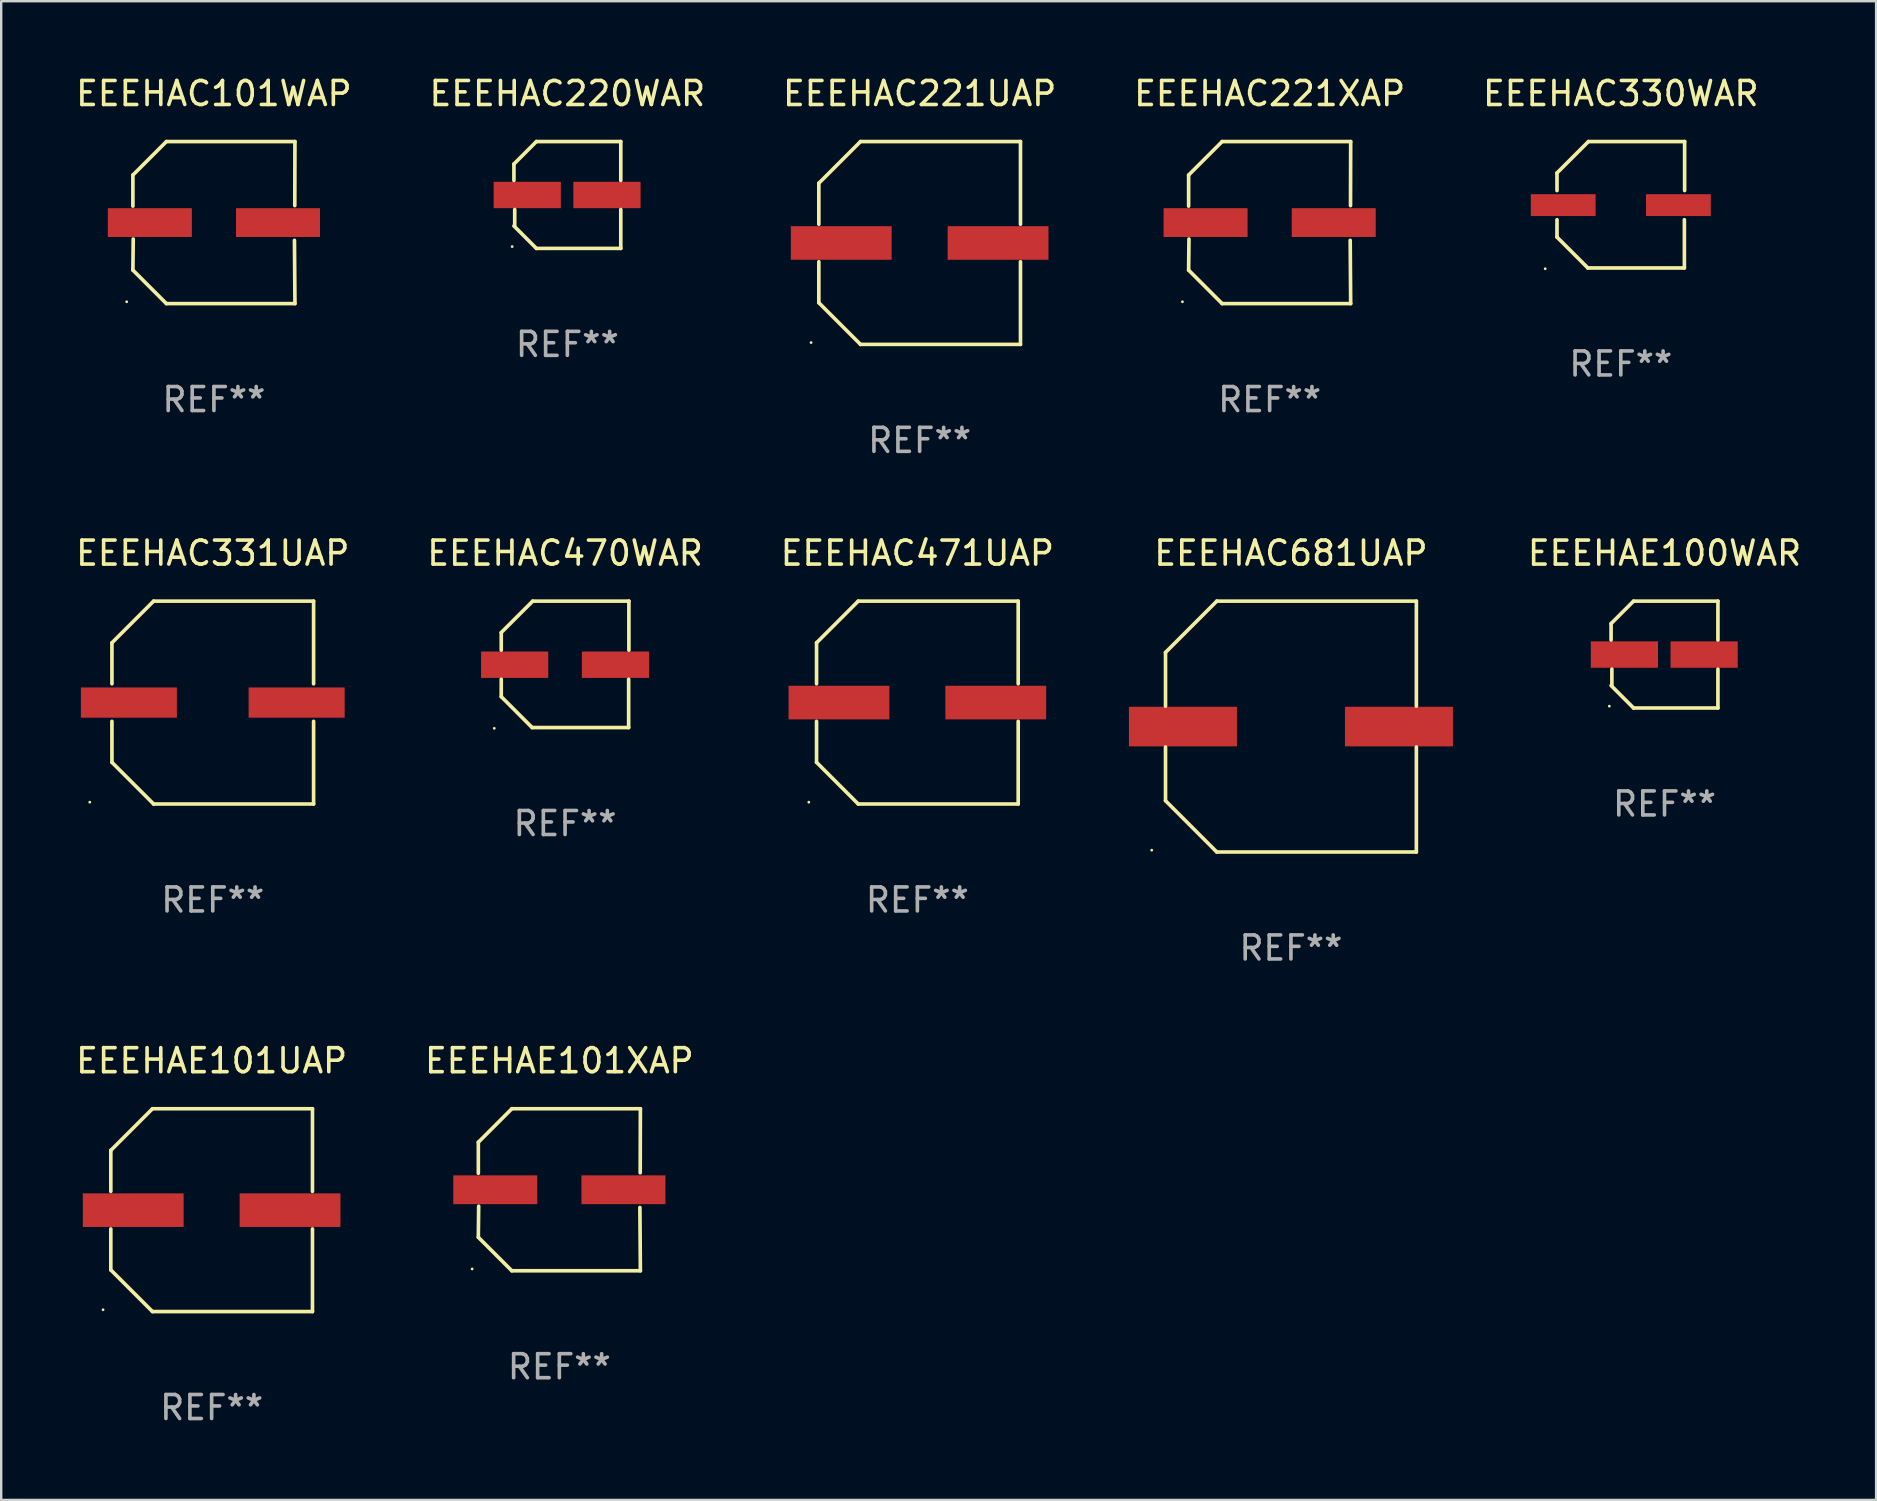
<source format=kicad_pcb>
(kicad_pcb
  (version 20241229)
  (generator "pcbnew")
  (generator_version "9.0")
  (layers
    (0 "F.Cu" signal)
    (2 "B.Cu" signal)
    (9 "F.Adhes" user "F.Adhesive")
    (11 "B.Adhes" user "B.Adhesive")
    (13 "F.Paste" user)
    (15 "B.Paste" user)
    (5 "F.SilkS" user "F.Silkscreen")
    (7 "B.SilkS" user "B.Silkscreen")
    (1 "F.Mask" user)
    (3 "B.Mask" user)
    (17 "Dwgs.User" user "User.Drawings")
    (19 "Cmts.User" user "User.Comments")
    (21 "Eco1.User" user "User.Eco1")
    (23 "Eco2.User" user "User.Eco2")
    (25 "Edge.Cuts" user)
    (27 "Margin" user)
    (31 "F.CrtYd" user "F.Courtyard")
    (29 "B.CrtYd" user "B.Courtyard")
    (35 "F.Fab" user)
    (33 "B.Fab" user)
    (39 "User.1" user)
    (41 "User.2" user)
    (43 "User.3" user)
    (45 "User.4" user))
  (footprint "EEEHAC330WAR"
    (layer "F.Cu")
    (at 64.482 5.482)
    (property "Reference" "EEEHAC330WAR" (at 0 -4.634 0) (layer "F.SilkS") (effects (font (size 1 1) (thickness 0.15))))
    (attr through_hole)
    (fp_line (start -2.659 -1.326) (end -2.659 -0.592) (stroke (width 0.152) (type solid)) (layer "F.SilkS"))
    (fp_line (start -2.659 1.346) (end -2.659 0.622) (stroke (width 0.152) (type solid)) (layer "F.SilkS"))
    (fp_line (start -1.372 2.634) (end -2.659 1.346) (stroke (width 0.152) (type solid)) (layer "F.SilkS"))
    (fp_line (start -1.349 -2.634) (end -2.659 -1.326) (stroke (width 0.152) (type solid)) (layer "F.SilkS"))
    (fp_line (start 2.649 0.622) (end 2.649 2.634) (stroke (width 0.152) (type solid)) (layer "F.SilkS"))
    (fp_line (start 2.649 2.634) (end -1.372 2.634) (stroke (width 0.152) (type solid)) (layer "F.SilkS"))
    (fp_line (start 2.659 -2.634) (end -1.349 -2.634) (stroke (width 0.152) (type solid)) (layer "F.SilkS"))
    (fp_line (start 2.659 -0.592) (end 2.659 -2.634) (stroke (width 0.152) (type solid)) (layer "F.SilkS"))
    (fp_circle (center -3.15 2.665) (end -3.12 2.665) (stroke (width 0.06) (type solid)) (fill no) (layer "F.SilkS"))
    (fp_text user "REF**" (at 0 6.634 0) (layer "F.Fab") (effects (font (size 1 1) (thickness 0.15))))
    (pad "1" smd rect (at -2.4 0.015) (size 2.7 0.91) (layers "F.Cu" "F.Mask" "F.Paste"))
    (pad "2" smd rect (at 2.4 0.015) (size 2.7 0.91) (layers "F.Cu" "F.Mask" "F.Paste")))
  (footprint "EEEHAC221UAP"
    (layer "F.Cu")
    (at 35.268 7.074)
    (property "Reference" "EEEHAC221UAP" (at 0 -6.226 0) (layer "F.SilkS") (effects (font (size 1 1) (thickness 0.15))))
    (attr through_hole)
    (fp_line (start -4.201 -2.49) (end -4.201 -0.782) (stroke (width 0.152) (type solid)) (layer "F.SilkS"))
    (fp_line (start -4.201 2.49) (end -4.201 0.782) (stroke (width 0.152) (type solid)) (layer "F.SilkS"))
    (fp_line (start -2.465 -4.226) (end -4.201 -2.49) (stroke (width 0.152) (type solid)) (layer "F.SilkS"))
    (fp_line (start -2.465 4.226) (end -4.201 2.49) (stroke (width 0.152) (type solid)) (layer "F.SilkS"))
    (fp_line (start 4.201 -4.226) (end -2.465 -4.226) (stroke (width 0.152) (type solid)) (layer "F.SilkS"))
    (fp_line (start 4.201 -0.782) (end 4.201 -4.226) (stroke (width 0.152) (type solid)) (layer "F.SilkS"))
    (fp_line (start 4.201 0.782) (end 4.201 4.226) (stroke (width 0.152) (type solid)) (layer "F.SilkS"))
    (fp_line (start 4.201 4.226) (end -2.465 4.226) (stroke (width 0.152) (type solid)) (layer "F.SilkS"))
    (fp_circle (center -4.524 4.15) (end -4.494 4.15) (stroke (width 0.06) (type solid)) (fill no) (layer "F.SilkS"))
    (fp_text user "REF**" (at 0 8.226 0) (layer "F.Fab") (effects (font (size 1 1) (thickness 0.15))))
    (pad "1" smd rect (at -3.267 0) (size 4.2 1.4) (layers "F.Cu" "F.Mask" "F.Paste"))
    (pad "2" smd rect (at 3.267 0) (size 4.2 1.4) (layers "F.Cu" "F.Mask" "F.Paste")))
  (footprint "EEEHAC470WAR"
    (layer "F.Cu")
    (at 20.494 24.631)
    (property "Reference" "EEEHAC470WAR" (at 0 -4.634 0) (layer "F.SilkS") (effects (font (size 1 1) (thickness 0.15))))
    (attr through_hole)
    (fp_line (start -2.659 -1.326) (end -2.659 -0.592) (stroke (width 0.152) (type solid)) (layer "F.SilkS"))
    (fp_line (start -2.659 1.346) (end -2.659 0.622) (stroke (width 0.152) (type solid)) (layer "F.SilkS"))
    (fp_line (start -1.372 2.634) (end -2.659 1.346) (stroke (width 0.152) (type solid)) (layer "F.SilkS"))
    (fp_line (start -1.349 -2.634) (end -2.659 -1.326) (stroke (width 0.152) (type solid)) (layer "F.SilkS"))
    (fp_line (start 2.649 0.622) (end 2.649 2.634) (stroke (width 0.152) (type solid)) (layer "F.SilkS"))
    (fp_line (start 2.649 2.634) (end -1.372 2.634) (stroke (width 0.152) (type solid)) (layer "F.SilkS"))
    (fp_line (start 2.659 -2.634) (end -1.349 -2.634) (stroke (width 0.152) (type solid)) (layer "F.SilkS"))
    (fp_line (start 2.659 -0.592) (end 2.659 -2.634) (stroke (width 0.152) (type solid)) (layer "F.SilkS"))
    (fp_circle (center -2.95 2.665) (end -2.92 2.665) (stroke (width 0.06) (type solid)) (fill no) (layer "F.SilkS"))
    (fp_text user "REF**" (at 0 6.634 0) (layer "F.Fab") (effects (font (size 1 1) (thickness 0.15))))
    (pad "1" smd rect (at -2.1 0.015) (size 2.8 1.1) (layers "F.Cu" "F.Mask" "F.Paste"))
    (pad "2" smd rect (at 2.1 0.015) (size 2.8 1.1) (layers "F.Cu" "F.Mask" "F.Paste")))
  (footprint "EEEHAC220WAR"
    (layer "F.Cu")
    (at 20.589 5.074)
    (property "Reference" "EEEHAC220WAR" (at 0 -4.226 0) (layer "F.SilkS") (effects (font (size 1 1) (thickness 0.15))))
    (attr through_hole)
    (fp_line (start -2.226 -1.29) (end -2.226 -0.607) (stroke (width 0.152) (type solid)) (layer "F.SilkS"))
    (fp_line (start -2.193 1.29) (end -2.193 0.607) (stroke (width 0.152) (type solid)) (layer "F.SilkS"))
    (fp_line (start -1.29 2.226) (end -2.226 1.29) (stroke (width 0.152) (type solid)) (layer "F.SilkS"))
    (fp_line (start -1.29 -2.226) (end -2.226 -1.29) (stroke (width 0.152) (type solid)) (layer "F.SilkS"))
    (fp_line (start 2.226 -2.226) (end -1.29 -2.226) (stroke (width 0.152) (type solid)) (layer "F.SilkS"))
    (fp_line (start 2.226 -0.607) (end 2.226 -2.226) (stroke (width 0.152) (type solid)) (layer "F.SilkS"))
    (fp_line (start 2.226 0.607) (end 2.226 2.226) (stroke (width 0.152) (type solid)) (layer "F.SilkS"))
    (fp_line (start 2.226 2.226) (end -1.29 2.226) (stroke (width 0.152) (type solid)) (layer "F.SilkS"))
    (fp_circle (center -2.3 2.15) (end -2.27 2.15) (stroke (width 0.06) (type solid)) (fill no) (layer "F.SilkS"))
    (fp_text user "REF**" (at 0 6.226 0) (layer "F.Fab") (effects (font (size 1 1) (thickness 0.15))))
    (pad "1" smd rect (at -1.67 -0.000025) (size 2.8 1.1) (layers "F.Cu" "F.Mask" "F.Paste"))
    (pad "2" smd rect (at 1.651 -0.000025) (size 2.8 1.1) (layers "F.Cu" "F.Mask" "F.Paste")))
  (footprint "EEEHAE100WAR"
    (layer "F.Cu")
    (at 66.303 24.223)
    (property "Reference" "EEEHAE100WAR" (at 0 -4.226 0) (layer "F.SilkS") (effects (font (size 1 1) (thickness 0.15))))
    (attr through_hole)
    (fp_line (start -2.226 -1.29) (end -2.226 -0.607) (stroke (width 0.152) (type solid)) (layer "F.SilkS"))
    (fp_line (start -2.193 1.29) (end -2.193 0.607) (stroke (width 0.152) (type solid)) (layer "F.SilkS"))
    (fp_line (start -1.29 2.226) (end -2.226 1.29) (stroke (width 0.152) (type solid)) (layer "F.SilkS"))
    (fp_line (start -1.29 -2.226) (end -2.226 -1.29) (stroke (width 0.152) (type solid)) (layer "F.SilkS"))
    (fp_line (start 2.226 -2.226) (end -1.29 -2.226) (stroke (width 0.152) (type solid)) (layer "F.SilkS"))
    (fp_line (start 2.226 -0.607) (end 2.226 -2.226) (stroke (width 0.152) (type solid)) (layer "F.SilkS"))
    (fp_line (start 2.226 0.607) (end 2.226 2.226) (stroke (width 0.152) (type solid)) (layer "F.SilkS"))
    (fp_line (start 2.226 2.226) (end -1.29 2.226) (stroke (width 0.152) (type solid)) (layer "F.SilkS"))
    (fp_circle (center -2.3 2.15) (end -2.27 2.15) (stroke (width 0.06) (type solid)) (fill no) (layer "F.SilkS"))
    (fp_text user "REF**" (at 0 6.226 0) (layer "F.Fab") (effects (font (size 1 1) (thickness 0.15))))
    (pad "1" smd rect (at -1.67 -0.000025) (size 2.8 1.1) (layers "F.Cu" "F.Mask" "F.Paste"))
    (pad "2" smd rect (at 1.651 -0.000025) (size 2.8 1.1) (layers "F.Cu" "F.Mask" "F.Paste")))
  (footprint "EEEHAC471UAP"
    (layer "F.Cu")
    (at 35.173 26.223)
    (property "Reference" "EEEHAC471UAP" (at 0 -6.226 0) (layer "F.SilkS") (effects (font (size 1 1) (thickness 0.15))))
    (attr through_hole)
    (fp_line (start -4.201 -2.49) (end -4.201 -0.782) (stroke (width 0.152) (type solid)) (layer "F.SilkS"))
    (fp_line (start -4.201 2.49) (end -4.201 0.782) (stroke (width 0.152) (type solid)) (layer "F.SilkS"))
    (fp_line (start -2.465 -4.226) (end -4.201 -2.49) (stroke (width 0.152) (type solid)) (layer "F.SilkS"))
    (fp_line (start -2.465 4.226) (end -4.201 2.49) (stroke (width 0.152) (type solid)) (layer "F.SilkS"))
    (fp_line (start 4.201 -4.226) (end -2.465 -4.226) (stroke (width 0.152) (type solid)) (layer "F.SilkS"))
    (fp_line (start 4.201 -0.782) (end 4.201 -4.226) (stroke (width 0.152) (type solid)) (layer "F.SilkS"))
    (fp_line (start 4.201 0.782) (end 4.201 4.226) (stroke (width 0.152) (type solid)) (layer "F.SilkS"))
    (fp_line (start 4.201 4.226) (end -2.465 4.226) (stroke (width 0.152) (type solid)) (layer "F.SilkS"))
    (fp_circle (center -4.524 4.15) (end -4.494 4.15) (stroke (width 0.06) (type solid)) (fill no) (layer "F.SilkS"))
    (fp_text user "REF**" (at 0 8.226 0) (layer "F.Fab") (effects (font (size 1 1) (thickness 0.15))))
    (pad "1" smd rect (at -3.267 0) (size 4.2 1.4) (layers "F.Cu" "F.Mask" "F.Paste"))
    (pad "2" smd rect (at 3.267 0) (size 4.2 1.4) (layers "F.Cu" "F.Mask" "F.Paste")))
  (footprint "EEEHAC331UAP"
    (layer "F.Cu")
    (at 5.815 26.223)
    (property "Reference" "EEEHAC331UAP" (at 0 -6.226 0) (layer "F.SilkS") (effects (font (size 1 1) (thickness 0.15))))
    (attr through_hole)
    (fp_line (start -4.201 -2.49) (end -4.201 -0.782) (stroke (width 0.152) (type solid)) (layer "F.SilkS"))
    (fp_line (start -4.201 2.49) (end -4.201 0.782) (stroke (width 0.152) (type solid)) (layer "F.SilkS"))
    (fp_line (start -2.465 -4.226) (end -4.201 -2.49) (stroke (width 0.152) (type solid)) (layer "F.SilkS"))
    (fp_line (start -2.465 4.226) (end -4.201 2.49) (stroke (width 0.152) (type solid)) (layer "F.SilkS"))
    (fp_line (start 4.201 -4.226) (end -2.465 -4.226) (stroke (width 0.152) (type solid)) (layer "F.SilkS"))
    (fp_line (start 4.201 -0.782) (end 4.201 -4.226) (stroke (width 0.152) (type solid)) (layer "F.SilkS"))
    (fp_line (start 4.201 0.782) (end 4.201 4.226) (stroke (width 0.152) (type solid)) (layer "F.SilkS"))
    (fp_line (start 4.201 4.226) (end -2.465 4.226) (stroke (width 0.152) (type solid)) (layer "F.SilkS"))
    (fp_circle (center -5.125 4.15) (end -5.095 4.15) (stroke (width 0.06) (type solid)) (fill no) (layer "F.SilkS"))
    (fp_text user "REF**" (at 0 8.226 0) (layer "F.Fab") (effects (font (size 1 1) (thickness 0.15))))
    (pad "1" smd rect (at -3.495 0.000051) (size 4 1.26) (layers "F.Cu" "F.Mask" "F.Paste"))
    (pad "2" smd rect (at 3.495 0.000051) (size 4 1.26) (layers "F.Cu" "F.Mask" "F.Paste")))
  (footprint "EEEHAC221XAP"
    (layer "F.Cu")
    (at 49.851 6.224)
    (property "Reference" "EEEHAC221XAP" (at 0 -5.376 0) (layer "F.SilkS") (effects (font (size 1 1) (thickness 0.15))))
    (attr through_hole)
    (fp_line (start -3.376 -1.98) (end -3.376 -0.686) (stroke (width 0.152) (type solid)) (layer "F.SilkS"))
    (fp_line (start -3.376 1.981) (end -3.362 0.686) (stroke (width 0.152) (type solid)) (layer "F.SilkS"))
    (fp_line (start -1.981 3.376) (end -3.376 1.981) (stroke (width 0.152) (type solid)) (layer "F.SilkS"))
    (fp_line (start -1.98 -3.376) (end -3.376 -1.98) (stroke (width 0.152) (type solid)) (layer "F.SilkS"))
    (fp_line (start 3.356 0.74) (end 3.376 3.376) (stroke (width 0.152) (type solid)) (layer "F.SilkS"))
    (fp_line (start 3.369 -0.707) (end 3.376 -3.376) (stroke (width 0.152) (type solid)) (layer "F.SilkS"))
    (fp_line (start 3.376 3.376) (end -1.981 3.376) (stroke (width 0.152) (type solid)) (layer "F.SilkS"))
    (fp_line (start 3.376 -3.376) (end -1.98 -3.376) (stroke (width 0.152) (type solid)) (layer "F.SilkS"))
    (fp_circle (center -3.634 3.3) (end -3.604 3.3) (stroke (width 0.06) (type solid)) (fill no) (layer "F.SilkS"))
    (fp_text user "REF**" (at 0 7.376 0) (layer "F.Fab") (effects (font (size 1 1) (thickness 0.15))))
    (pad "1" smd rect (at -2.67 0.000254) (size 3.5 1.2) (layers "F.Cu" "F.Mask" "F.Paste"))
    (pad "2" smd rect (at 2.67 0.000254) (size 3.5 1.2) (layers "F.Cu" "F.Mask" "F.Paste")))
  (footprint "EEEHAE101UAP"
    (layer "F.Cu")
    (at 5.768 47.372)
    (property "Reference" "EEEHAE101UAP" (at 0 -6.226 0) (layer "F.SilkS") (effects (font (size 1 1) (thickness 0.15))))
    (attr through_hole)
    (fp_line (start -4.201 -2.49) (end -4.201 -0.782) (stroke (width 0.152) (type solid)) (layer "F.SilkS"))
    (fp_line (start -4.201 2.49) (end -4.201 0.782) (stroke (width 0.152) (type solid)) (layer "F.SilkS"))
    (fp_line (start -2.465 -4.226) (end -4.201 -2.49) (stroke (width 0.152) (type solid)) (layer "F.SilkS"))
    (fp_line (start -2.465 4.226) (end -4.201 2.49) (stroke (width 0.152) (type solid)) (layer "F.SilkS"))
    (fp_line (start 4.201 -4.226) (end -2.465 -4.226) (stroke (width 0.152) (type solid)) (layer "F.SilkS"))
    (fp_line (start 4.201 -0.782) (end 4.201 -4.226) (stroke (width 0.152) (type solid)) (layer "F.SilkS"))
    (fp_line (start 4.201 0.782) (end 4.201 4.226) (stroke (width 0.152) (type solid)) (layer "F.SilkS"))
    (fp_line (start 4.201 4.226) (end -2.465 4.226) (stroke (width 0.152) (type solid)) (layer "F.SilkS"))
    (fp_circle (center -4.524 4.15) (end -4.494 4.15) (stroke (width 0.06) (type solid)) (fill no) (layer "F.SilkS"))
    (fp_text user "REF**" (at 0 8.226 0) (layer "F.Fab") (effects (font (size 1 1) (thickness 0.15))))
    (pad "1" smd rect (at -3.267 0) (size 4.2 1.4) (layers "F.Cu" "F.Mask" "F.Paste"))
    (pad "2" smd rect (at 3.267 0) (size 4.2 1.4) (layers "F.Cu" "F.Mask" "F.Paste")))
  (footprint "EEEHAC101WAP"
    (layer "F.Cu")
    (at 5.863 6.224)
    (property "Reference" "EEEHAC101WAP" (at 0 -5.376 0) (layer "F.SilkS") (effects (font (size 1 1) (thickness 0.15))))
    (attr through_hole)
    (fp_line (start -3.376 -1.98) (end -3.376 -0.686) (stroke (width 0.152) (type solid)) (layer "F.SilkS"))
    (fp_line (start -3.376 1.981) (end -3.362 0.686) (stroke (width 0.152) (type solid)) (layer "F.SilkS"))
    (fp_line (start -1.981 3.376) (end -3.376 1.981) (stroke (width 0.152) (type solid)) (layer "F.SilkS"))
    (fp_line (start -1.98 -3.376) (end -3.376 -1.98) (stroke (width 0.152) (type solid)) (layer "F.SilkS"))
    (fp_line (start 3.356 0.74) (end 3.376 3.376) (stroke (width 0.152) (type solid)) (layer "F.SilkS"))
    (fp_line (start 3.369 -0.707) (end 3.376 -3.376) (stroke (width 0.152) (type solid)) (layer "F.SilkS"))
    (fp_line (start 3.376 3.376) (end -1.981 3.376) (stroke (width 0.152) (type solid)) (layer "F.SilkS"))
    (fp_line (start 3.376 -3.376) (end -1.98 -3.376) (stroke (width 0.152) (type solid)) (layer "F.SilkS"))
    (fp_circle (center -3.634 3.3) (end -3.604 3.3) (stroke (width 0.06) (type solid)) (fill no) (layer "F.SilkS"))
    (fp_text user "REF**" (at 0 7.376 0) (layer "F.Fab") (effects (font (size 1 1) (thickness 0.15))))
    (pad "1" smd rect (at -2.67 0.000254) (size 3.5 1.2) (layers "F.Cu" "F.Mask" "F.Paste"))
    (pad "2" smd rect (at 2.67 0.000254) (size 3.5 1.2) (layers "F.Cu" "F.Mask" "F.Paste")))
  (footprint "EEEHAC681UAP"
    (layer "F.Cu")
    (at 50.738 27.223)
    (property "Reference" "EEEHAC681UAP" (at 0 -7.226 0) (layer "F.SilkS") (effects (font (size 1 1) (thickness 0.15))))
    (attr through_hole)
    (fp_line (start -5.226 -3.09) (end -5.226 -0.852) (stroke (width 0.152) (type solid)) (layer "F.SilkS"))
    (fp_line (start -5.226 3.09) (end -5.226 0.852) (stroke (width 0.152) (type solid)) (layer "F.SilkS"))
    (fp_line (start -3.09 -5.226) (end -5.226 -3.09) (stroke (width 0.152) (type solid)) (layer "F.SilkS"))
    (fp_line (start -3.09 5.226) (end -5.226 3.09) (stroke (width 0.152) (type solid)) (layer "F.SilkS"))
    (fp_line (start 5.226 -5.226) (end -3.09 -5.226) (stroke (width 0.152) (type solid)) (layer "F.SilkS"))
    (fp_line (start 5.226 -0.852) (end 5.226 -5.226) (stroke (width 0.152) (type solid)) (layer "F.SilkS"))
    (fp_line (start 5.226 0.852) (end 5.226 5.226) (stroke (width 0.152) (type solid)) (layer "F.SilkS"))
    (fp_line (start 5.226 5.226) (end -3.09 5.226) (stroke (width 0.152) (type solid)) (layer "F.SilkS"))
    (fp_circle (center -5.8 5.15) (end -5.77 5.15) (stroke (width 0.06) (type solid)) (fill no) (layer "F.SilkS"))
    (fp_text user "REF**" (at 0 9.226 0) (layer "F.Fab") (effects (font (size 1 1) (thickness 0.15))))
    (pad "1" smd rect (at -4.5 0) (size 4.5 1.65) (layers "F.Cu" "F.Mask" "F.Paste"))
    (pad "2" smd rect (at 4.5 0) (size 4.5 1.65) (layers "F.Cu" "F.Mask" "F.Paste")))
  (footprint "EEEHAE101XAP"
    (layer "F.Cu")
    (at 20.256 46.522)
    (property "Reference" "EEEHAE101XAP" (at 0 -5.376 0) (layer "F.SilkS") (effects (font (size 1 1) (thickness 0.15))))
    (attr through_hole)
    (fp_line (start -3.376 -1.98) (end -3.376 -0.686) (stroke (width 0.152) (type solid)) (layer "F.SilkS"))
    (fp_line (start -3.376 1.981) (end -3.362 0.686) (stroke (width 0.152) (type solid)) (layer "F.SilkS"))
    (fp_line (start -1.981 3.376) (end -3.376 1.981) (stroke (width 0.152) (type solid)) (layer "F.SilkS"))
    (fp_line (start -1.98 -3.376) (end -3.376 -1.98) (stroke (width 0.152) (type solid)) (layer "F.SilkS"))
    (fp_line (start 3.356 0.74) (end 3.376 3.376) (stroke (width 0.152) (type solid)) (layer "F.SilkS"))
    (fp_line (start 3.369 -0.707) (end 3.376 -3.376) (stroke (width 0.152) (type solid)) (layer "F.SilkS"))
    (fp_line (start 3.376 3.376) (end -1.981 3.376) (stroke (width 0.152) (type solid)) (layer "F.SilkS"))
    (fp_line (start 3.376 -3.376) (end -1.98 -3.376) (stroke (width 0.152) (type solid)) (layer "F.SilkS"))
    (fp_circle (center -3.634 3.3) (end -3.604 3.3) (stroke (width 0.06) (type solid)) (fill no) (layer "F.SilkS"))
    (fp_text user "REF**" (at 0 7.376 0) (layer "F.Fab") (effects (font (size 1 1) (thickness 0.15))))
    (pad "1" smd rect (at -2.67 0.000254) (size 3.5 1.2) (layers "F.Cu" "F.Mask" "F.Paste"))
    (pad "2" smd rect (at 2.67 0.000254) (size 3.5 1.2) (layers "F.Cu" "F.Mask" "F.Paste")))
  (gr_rect
    (start -3 -3)
    (end 75.119 59.447)
    (stroke (width 0.1) (type default))
    (fill no)
    (layer "Edge.Cuts")))
</source>
